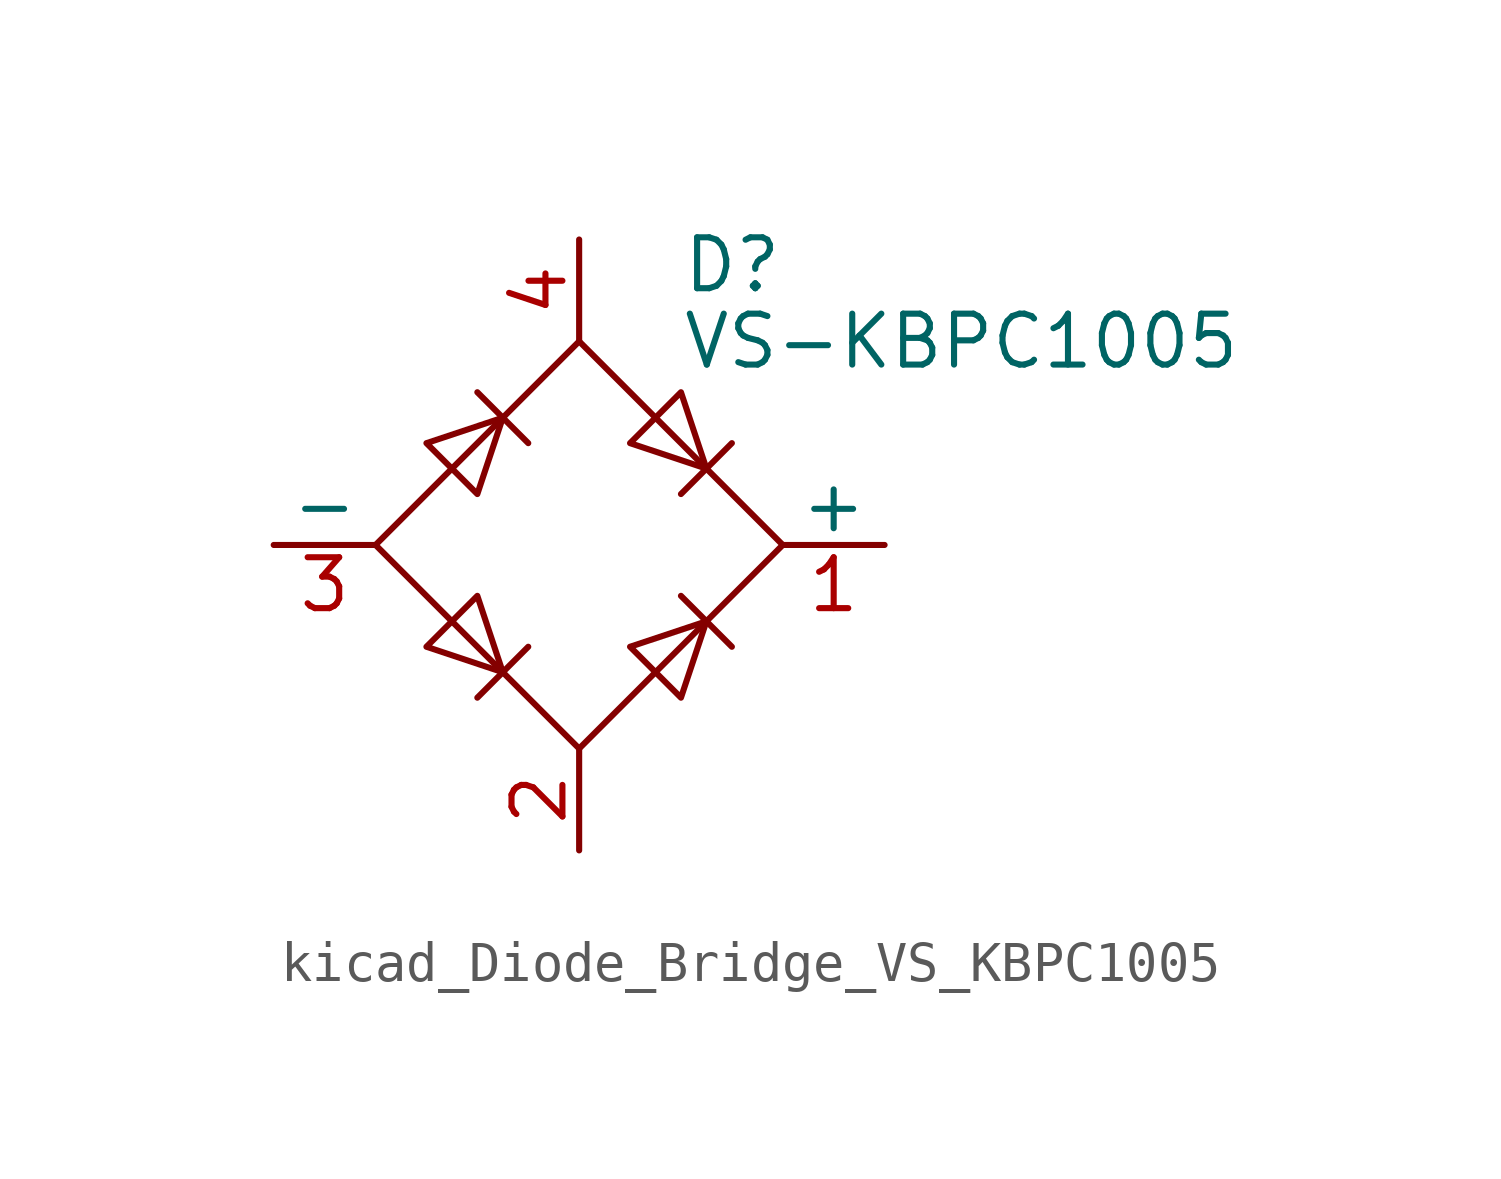
<source format=kicad_sym>
(kicad_symbol_lib
  (version 20220914)
  (generator kicad_symbol_editor)
  (symbol "kicad_Diode_Bridge_VS_KBPC1005"
    (pin_names
      (offset 0))
    (property "Reference" "D"
      (at 2.54 6.985 0)
      (effects (font (size 1.27 1.27)) (justify left)))
    (property "Value" "VS-KBPC1005"
      (at 2.54 5.08 0)
      (effects (font (size 1.27 1.27)) (justify left)))
    (symbol "kicad_Diode_Bridge_VS_KBPC1005_0_1"
      (polyline (pts (xy -2.54 3.81) (xy -1.27 2.54)) (stroke (width 0) (type default)) (fill (type none)))
      (polyline (pts (xy -1.27 -2.54) (xy -2.54 -3.81)) (stroke (width 0) (type default)) (fill (type none)))
      (polyline (pts (xy 2.54 -1.27) (xy 3.81 -2.54)) (stroke (width 0) (type default)) (fill (type none)))
      (polyline (pts (xy 2.54 1.27) (xy 3.81 2.54)) (stroke (width 0) (type default)) (fill (type none)))
      (polyline (pts (xy -3.81 2.54) (xy -2.54 1.27) (xy -1.905 3.175) (xy -3.81 2.54)) (stroke (width 0) (type default)) (fill (type none)))
      (polyline (pts (xy -2.54 -1.27) (xy -3.81 -2.54) (xy -1.905 -3.175) (xy -2.54 -1.27)) (stroke (width 0) (type default)) (fill (type none)))
      (polyline (pts (xy 1.27 2.54) (xy 2.54 3.81) (xy 3.175 1.905) (xy 1.27 2.54)) (stroke (width 0) (type default)) (fill (type none)))
      (polyline (pts (xy 3.175 -1.905) (xy 1.27 -2.54) (xy 2.54 -3.81) (xy 3.175 -1.905)) (stroke (width 0) (type default)) (fill (type none)))
      (polyline (pts (xy -5.08 0) (xy 0 -5.08) (xy 5.08 0) (xy 0 5.08) (xy -5.08 0)) (stroke (width 0) (type default)) (fill (type none))))
    (symbol "kicad_Diode_Bridge_VS_KBPC1005_1_1"
      (pin passive line (at 7.62 0 180) (length 2.54) (name "+" (effects (font (size 1.27 1.27)))) (number "1" (effects (font (size 1.27 1.27)))))
      (pin passive line (at 0 -7.62 90) (length 2.54) (name "~" (effects (font (size 1.27 1.27)))) (number "2" (effects (font (size 1.27 1.27)))))
      (pin passive line (at -7.62 0 0) (length 2.54) (name "-" (effects (font (size 1.27 1.27)))) (number "3" (effects (font (size 1.27 1.27)))))
      (pin passive line (at 0 7.62 270) (length 2.54) (name "~" (effects (font (size 1.27 1.27)))) (number "4" (effects (font (size 1.27 1.27))))))))
</source>
